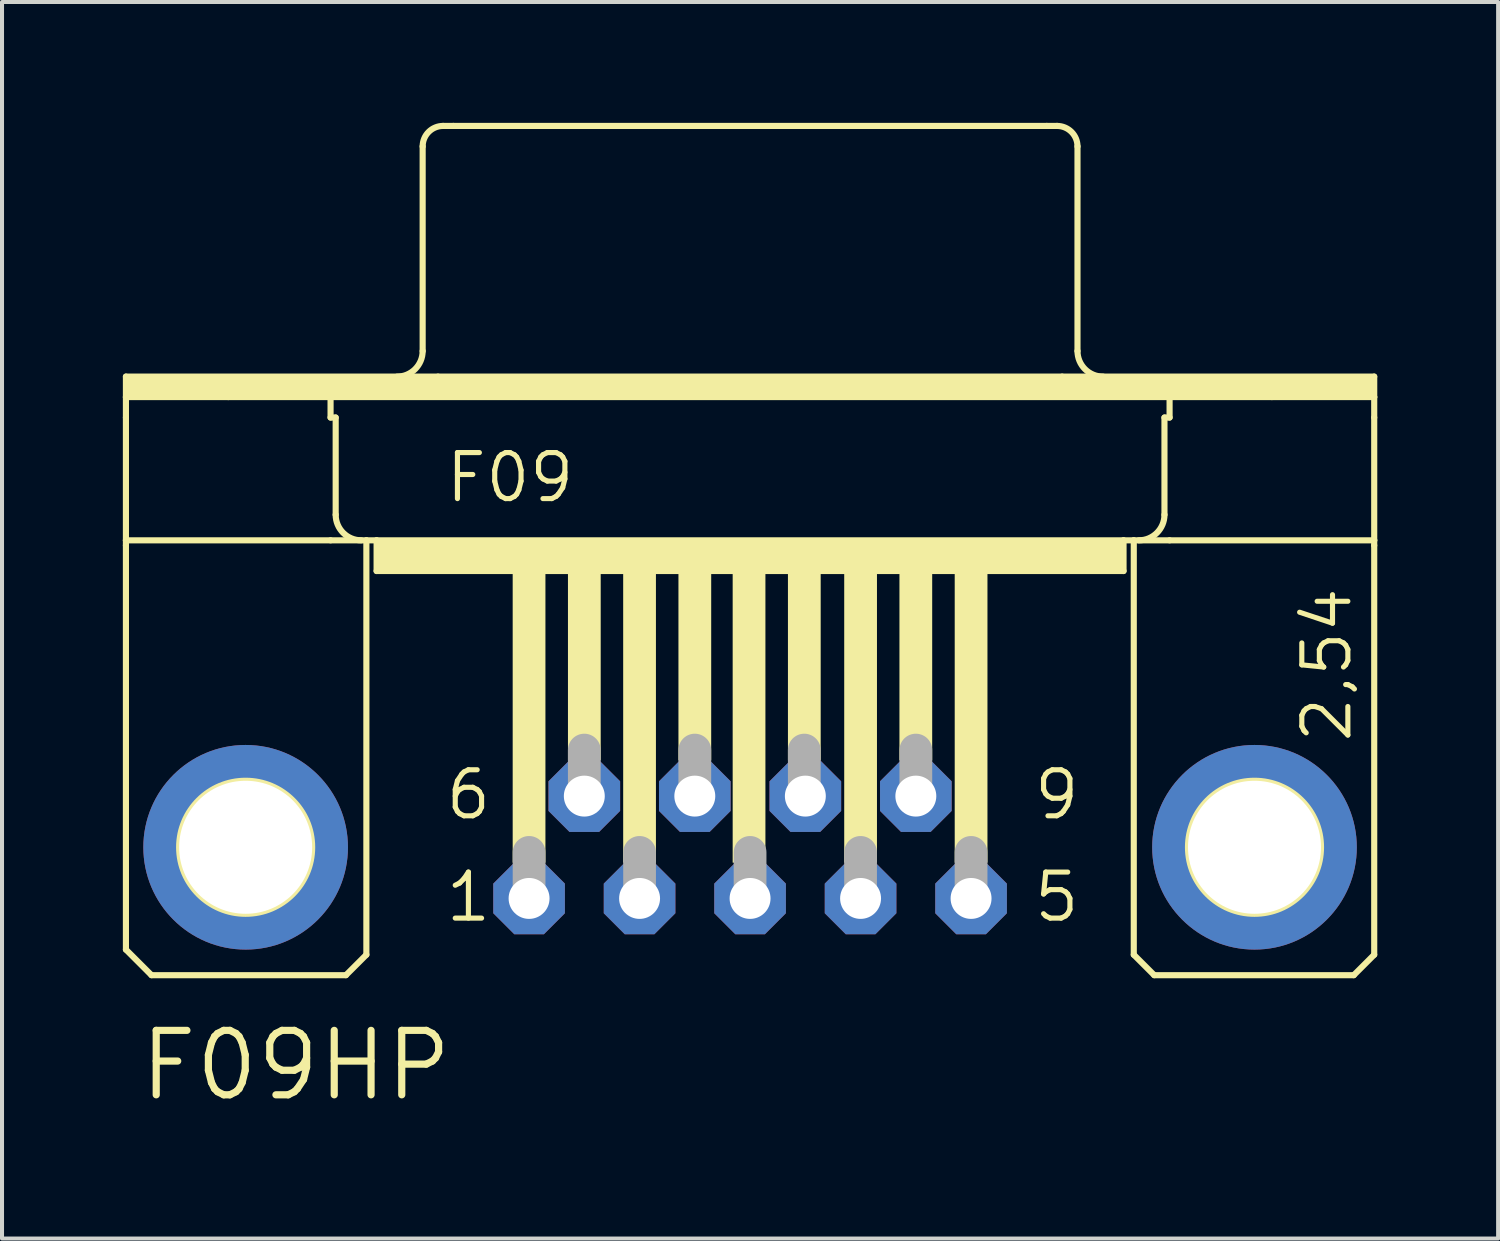
<source format=kicad_pcb>
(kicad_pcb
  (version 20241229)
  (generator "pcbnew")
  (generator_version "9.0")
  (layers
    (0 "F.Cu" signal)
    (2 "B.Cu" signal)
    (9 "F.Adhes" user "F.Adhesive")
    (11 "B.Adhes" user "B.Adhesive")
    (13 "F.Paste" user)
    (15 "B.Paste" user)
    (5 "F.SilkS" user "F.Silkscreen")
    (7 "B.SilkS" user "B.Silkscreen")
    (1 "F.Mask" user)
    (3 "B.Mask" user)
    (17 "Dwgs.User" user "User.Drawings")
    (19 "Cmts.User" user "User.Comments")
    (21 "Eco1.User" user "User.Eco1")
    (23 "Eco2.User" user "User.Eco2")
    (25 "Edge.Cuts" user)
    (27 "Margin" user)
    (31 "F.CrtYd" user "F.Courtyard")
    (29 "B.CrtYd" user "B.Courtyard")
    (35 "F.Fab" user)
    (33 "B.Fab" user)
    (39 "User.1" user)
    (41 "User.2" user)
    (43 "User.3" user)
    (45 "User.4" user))
  (footprint "F09HP"
    (layer "F.Cu")
    (at 15.57 17.983)
    (property "Reference" "F09HP" (at -15.24 6.35 0) (layer "F.SilkS") (effects (font (size 1.6 1.6) (thickness 0.178)) (justify left bottom)))
    (fp_line (start -15.494 -11.684) (end -7.747 -11.684) (stroke (width 0.152) (type solid)) (layer "F.SilkS"))
    (fp_line (start -15.494 -11.176) (end -15.494 -11.684) (stroke (width 0.152) (type solid)) (layer "F.SilkS"))
    (fp_line (start -15.494 -11.176) (end -12.954 -11.176) (stroke (width 0.152) (type solid)) (layer "F.SilkS"))
    (fp_line (start -15.494 -10.668) (end -15.494 -11.176) (stroke (width 0.152) (type solid)) (layer "F.SilkS"))
    (fp_line (start -15.494 -7.62) (end -15.494 -10.668) (stroke (width 0.152) (type solid)) (layer "F.SilkS"))
    (fp_line (start -15.494 -7.62) (end -15.494 -7.493) (stroke (width 0.152) (type solid)) (layer "F.SilkS"))
    (fp_line (start -15.494 -7.62) (end -10.414 -7.62) (stroke (width 0.152) (type solid)) (layer "F.SilkS"))
    (fp_line (start -15.494 2.54) (end -15.494 -7.493) (stroke (width 0.152) (type solid)) (layer "F.SilkS"))
    (fp_line (start -14.859 3.175) (end -15.494 2.54) (stroke (width 0.152) (type solid)) (layer "F.SilkS"))
    (fp_line (start -12.954 -11.176) (end -10.414 -11.176) (stroke (width 0.152) (type solid)) (layer "F.SilkS"))
    (fp_line (start -10.414 -11.176) (end 10.414 -11.176) (stroke (width 0.152) (type solid)) (layer "F.SilkS"))
    (fp_line (start -10.414 -10.668) (end -10.414 -11.176) (stroke (width 0.152) (type solid)) (layer "F.SilkS"))
    (fp_line (start -10.414 -10.668) (end -10.287 -10.668) (stroke (width 0.152) (type solid)) (layer "F.SilkS"))
    (fp_line (start -10.414 -7.62) (end -9.525 -7.62) (stroke (width 0.152) (type solid)) (layer "F.SilkS"))
    (fp_line (start -10.287 -8.255) (end -10.287 -10.668) (stroke (width 0.152) (type solid)) (layer "F.SilkS"))
    (fp_line (start -10.033 3.175) (end -14.859 3.175) (stroke (width 0.152) (type solid)) (layer "F.SilkS"))
    (fp_line (start -10.033 3.175) (end -9.525 2.667) (stroke (width 0.152) (type solid)) (layer "F.SilkS"))
    (fp_line (start -9.525 -7.62) (end -9.271 -7.62) (stroke (width 0.152) (type solid)) (layer "F.SilkS"))
    (fp_line (start -9.525 2.667) (end -9.525 -7.62) (stroke (width 0.152) (type solid)) (layer "F.SilkS"))
    (fp_line (start -9.271 -7.62) (end -9.271 -6.858) (stroke (width 0.152) (type solid)) (layer "F.SilkS"))
    (fp_line (start -9.271 -7.62) (end 9.271 -7.62) (stroke (width 0.152) (type solid)) (layer "F.SilkS"))
    (fp_line (start -9.271 -6.858) (end 9.271 -6.858) (stroke (width 0.152) (type solid)) (layer "F.SilkS"))
    (fp_line (start -8.128 -12.319) (end -8.128 -17.399) (stroke (width 0.152) (type solid)) (layer "F.SilkS"))
    (fp_line (start -7.747 -11.684) (end 7.747 -11.684) (stroke (width 0.152) (type solid)) (layer "F.SilkS"))
    (fp_line (start -7.62 -17.907) (end -7.366 -17.907) (stroke (width 0.152) (type solid)) (layer "F.SilkS"))
    (fp_line (start -7.366 -17.907) (end 7.366 -17.907) (stroke (width 0.152) (type solid)) (layer "F.SilkS"))
    (fp_line (start 7.366 -17.907) (end 7.62 -17.907) (stroke (width 0.152) (type solid)) (layer "F.SilkS"))
    (fp_line (start 7.747 -11.684) (end 15.494 -11.684) (stroke (width 0.152) (type solid)) (layer "F.SilkS"))
    (fp_line (start 8.128 -12.319) (end 8.128 -17.399) (stroke (width 0.152) (type solid)) (layer "F.SilkS"))
    (fp_line (start 9.271 -7.62) (end 9.271 -6.858) (stroke (width 0.152) (type solid)) (layer "F.SilkS"))
    (fp_line (start 9.271 -7.62) (end 9.525 -7.62) (stroke (width 0.152) (type solid)) (layer "F.SilkS"))
    (fp_line (start 9.525 -7.62) (end 10.414 -7.62) (stroke (width 0.152) (type solid)) (layer "F.SilkS"))
    (fp_line (start 9.525 2.667) (end 9.525 -7.62) (stroke (width 0.152) (type solid)) (layer "F.SilkS"))
    (fp_line (start 9.525 2.667) (end 10.033 3.175) (stroke (width 0.152) (type solid)) (layer "F.SilkS"))
    (fp_line (start 10.033 3.175) (end 14.986 3.175) (stroke (width 0.152) (type solid)) (layer "F.SilkS"))
    (fp_line (start 10.287 -10.668) (end 10.414 -10.668) (stroke (width 0.152) (type solid)) (layer "F.SilkS"))
    (fp_line (start 10.287 -8.255) (end 10.287 -10.668) (stroke (width 0.152) (type solid)) (layer "F.SilkS"))
    (fp_line (start 10.414 -11.176) (end 12.954 -11.176) (stroke (width 0.152) (type solid)) (layer "F.SilkS"))
    (fp_line (start 10.414 -10.668) (end 10.414 -11.176) (stroke (width 0.152) (type solid)) (layer "F.SilkS"))
    (fp_line (start 10.414 -7.62) (end 15.494 -7.62) (stroke (width 0.152) (type solid)) (layer "F.SilkS"))
    (fp_line (start 12.954 -11.176) (end 15.494 -11.176) (stroke (width 0.152) (type solid)) (layer "F.SilkS"))
    (fp_line (start 14.986 3.175) (end 15.494 2.667) (stroke (width 0.152) (type solid)) (layer "F.SilkS"))
    (fp_line (start 15.494 -11.684) (end 15.494 -11.176) (stroke (width 0.152) (type solid)) (layer "F.SilkS"))
    (fp_line (start 15.494 -11.176) (end 15.494 -10.668) (stroke (width 0.152) (type solid)) (layer "F.SilkS"))
    (fp_line (start 15.494 -10.668) (end 15.494 -7.62) (stroke (width 0.152) (type solid)) (layer "F.SilkS"))
    (fp_line (start 15.494 -7.62) (end 15.494 -7.493) (stroke (width 0.152) (type solid)) (layer "F.SilkS"))
    (fp_line (start 15.494 2.667) (end 15.494 -7.493) (stroke (width 0.152) (type solid)) (layer "F.SilkS"))
    (fp_arc (start -9.652 -7.62) (mid -10.101013 -7.805987) (end -10.287 -8.255) (stroke (width 0.1524) (type solid)) (layer "F.SilkS"))
    (fp_arc (start -8.128 -17.399) (mid -7.97921 -17.75821) (end -7.62 -17.907) (stroke (width 0.1524) (type solid)) (layer "F.SilkS"))
    (fp_arc (start -8.128 -12.319) (mid -8.313987 -11.869987) (end -8.763 -11.684) (stroke (width 0.1524) (type solid)) (layer "F.SilkS"))
    (fp_arc (start 7.62 -17.907) (mid 7.97921 -17.75821) (end 8.128 -17.399) (stroke (width 0.1524) (type solid)) (layer "F.SilkS"))
    (fp_arc (start 8.763 -11.684) (mid 8.313987 -11.869987) (end 8.128 -12.319) (stroke (width 0.1524) (type solid)) (layer "F.SilkS"))
    (fp_arc (start 10.287 -8.255) (mid 10.101013 -7.805987) (end 9.652 -7.62) (stroke (width 0.1524) (type solid)) (layer "F.SilkS"))
    (fp_circle (center -12.522 0) (end -10.871 0) (stroke (width 0.152) (type solid)) (fill no) (layer "F.SilkS"))
    (fp_circle (center 12.522 0) (end 14.173 0) (stroke (width 0.152) (type solid)) (fill no) (layer "F.SilkS"))
    (fp_poly (pts (xy -15.494 -11.176) (xy 15.494 -11.176) (xy 15.494 -11.684) (xy -15.494 -11.684)) (stroke (width 0) (type solid)) (fill yes) (layer "F.SilkS"))
    (fp_poly (pts (xy -9.271 -6.858) (xy 9.271 -6.858) (xy 9.271 -7.62) (xy -9.271 -7.62)) (stroke (width 0) (type solid)) (fill yes) (layer "F.SilkS"))
    (fp_poly (pts (xy -5.893 0.381) (xy -5.08 0.381) (xy -5.08 -6.858) (xy -5.893 -6.858)) (stroke (width 0) (type solid)) (fill yes) (layer "F.SilkS"))
    (fp_poly (pts (xy -4.521 -2.159) (xy -3.708 -2.159) (xy -3.708 -6.858) (xy -4.521 -6.858)) (stroke (width 0) (type solid)) (fill yes) (layer "F.SilkS"))
    (fp_poly (pts (xy -3.15 0.381) (xy -2.337 0.381) (xy -2.337 -6.858) (xy -3.15 -6.858)) (stroke (width 0) (type solid)) (fill yes) (layer "F.SilkS"))
    (fp_poly (pts (xy -1.778 -2.159) (xy -0.965 -2.159) (xy -0.965 -6.858) (xy -1.778 -6.858)) (stroke (width 0) (type solid)) (fill yes) (layer "F.SilkS"))
    (fp_poly (pts (xy -0.432 0.381) (xy 0.381 0.381) (xy 0.381 -6.858) (xy -0.432 -6.858)) (stroke (width 0) (type solid)) (fill yes) (layer "F.SilkS"))
    (fp_poly (pts (xy 0.94 -2.159) (xy 1.753 -2.159) (xy 1.753 -6.858) (xy 0.94 -6.858)) (stroke (width 0) (type solid)) (fill yes) (layer "F.SilkS"))
    (fp_poly (pts (xy 2.337 0.381) (xy 3.15 0.381) (xy 3.15 -6.858) (xy 2.337 -6.858)) (stroke (width 0) (type solid)) (fill yes) (layer "F.SilkS"))
    (fp_poly (pts (xy 3.708 -2.159) (xy 4.521 -2.159) (xy 4.521 -6.858) (xy 3.708 -6.858)) (stroke (width 0) (type solid)) (fill yes) (layer "F.SilkS"))
    (fp_poly (pts (xy 5.08 0.381) (xy 5.893 0.381) (xy 5.893 -6.858) (xy 5.08 -6.858)) (stroke (width 0) (type solid)) (fill yes) (layer "F.SilkS"))
    (fp_line (start -5.486 1.143) (end -5.486 0.127) (stroke (width 0.813) (type solid)) (layer "F.Fab"))
    (fp_line (start -4.115 -1.397) (end -4.115 -2.413) (stroke (width 0.813) (type solid)) (layer "F.Fab"))
    (fp_line (start -2.743 1.143) (end -2.743 0.127) (stroke (width 0.813) (type solid)) (layer "F.Fab"))
    (fp_line (start -1.372 -1.397) (end -1.372 -2.413) (stroke (width 0.813) (type solid)) (layer "F.Fab"))
    (fp_line (start 0 1.143) (end 0 0.127) (stroke (width 0.813) (type solid)) (layer "F.Fab"))
    (fp_line (start 1.346 -1.397) (end 1.346 -2.413) (stroke (width 0.813) (type solid)) (layer "F.Fab"))
    (fp_line (start 2.743 1.143) (end 2.743 0.127) (stroke (width 0.813) (type solid)) (layer "F.Fab"))
    (fp_line (start 4.115 -1.397) (end 4.115 -2.413) (stroke (width 0.813) (type solid)) (layer "F.Fab"))
    (fp_line (start 5.486 1.143) (end 5.486 0.127) (stroke (width 0.813) (type solid)) (layer "F.Fab"))
    (fp_text user "9" (at 6.985 -0.635 0) (layer "F.SilkS") (effects (font (size 1.143 1.143) (thickness 0.127)) (justify left bottom)))
    (fp_text user "2,54" (at 14.986 -2.54 90) (layer "F.SilkS") (effects (font (size 1.143 1.143) (thickness 0.127)) (justify left bottom)))
    (fp_text user "5" (at 6.985 1.905 0) (layer "F.SilkS") (effects (font (size 1.143 1.143) (thickness 0.127)) (justify left bottom)))
    (fp_text user "F09" (at -7.62 -8.509 0) (layer "F.SilkS") (effects (font (size 1.143 1.143) (thickness 0.127)) (justify left bottom)))
    (fp_text user "1" (at -7.62 1.905 0) (layer "F.SilkS") (effects (font (size 1.143 1.143) (thickness 0.127)) (justify left bottom)))
    (fp_text user "6" (at -7.62 -0.635 0) (layer "F.SilkS") (effects (font (size 1.143 1.143) (thickness 0.127)) (justify left bottom)))
    (pad "1" thru_hole roundrect (at -5.486 1.27) (size 1.778 1.778) (drill 1.016) (layers "*.Cu" "*.Mask") (roundrect_rratio 0.25) (chamfer_ratio 0.293) (chamfer top_left top_right bottom_left bottom_right))
    (pad "2" thru_hole roundrect (at -2.743 1.27) (size 1.778 1.778) (drill 1.016) (layers "*.Cu" "*.Mask") (roundrect_rratio 0.25) (chamfer_ratio 0.293) (chamfer top_left top_right bottom_left bottom_right))
    (pad "3" thru_hole roundrect (at 0 1.27) (size 1.778 1.778) (drill 1.016) (layers "*.Cu" "*.Mask") (roundrect_rratio 0.25) (chamfer_ratio 0.293) (chamfer top_left top_right bottom_left bottom_right))
    (pad "4" thru_hole roundrect (at 2.743 1.27) (size 1.778 1.778) (drill 1.016) (layers "*.Cu" "*.Mask") (roundrect_rratio 0.25) (chamfer_ratio 0.293) (chamfer top_left top_right bottom_left bottom_right))
    (pad "5" thru_hole roundrect (at 5.486 1.27) (size 1.778 1.778) (drill 1.016) (layers "*.Cu" "*.Mask") (roundrect_rratio 0.25) (chamfer_ratio 0.293) (chamfer top_left top_right bottom_left bottom_right))
    (pad "6" thru_hole roundrect (at -4.115 -1.27) (size 1.778 1.778) (drill 1.016) (layers "*.Cu" "*.Mask") (roundrect_rratio 0.25) (chamfer_ratio 0.293) (chamfer top_left top_right bottom_left bottom_right))
    (pad "7" thru_hole roundrect (at -1.372 -1.27) (size 1.778 1.778) (drill 1.016) (layers "*.Cu" "*.Mask") (roundrect_rratio 0.25) (chamfer_ratio 0.293) (chamfer top_left top_right bottom_left bottom_right))
    (pad "8" thru_hole roundrect (at 1.372 -1.27) (size 1.778 1.778) (drill 1.016) (layers "*.Cu" "*.Mask") (roundrect_rratio 0.25) (chamfer_ratio 0.293) (chamfer top_left top_right bottom_left bottom_right))
    (pad "9" thru_hole roundrect (at 4.115 -1.27) (size 1.778 1.778) (drill 1.016) (layers "*.Cu" "*.Mask") (roundrect_rratio 0.25) (chamfer_ratio 0.293) (chamfer top_left top_right bottom_left bottom_right))
    (pad "G1" thru_hole circle (at -12.522 0) (size 5.08 5.08) (drill 3.302) (layers "*.Cu" "*.Mask"))
    (pad "G2" thru_hole circle (at 12.522 0) (size 5.08 5.08) (drill 3.302) (layers "*.Cu" "*.Mask")))
  (gr_rect
    (start -3 -3)
    (end 34.14 27.696)
    (stroke (width 0.1) (type default))
    (fill no)
    (layer "Edge.Cuts")))
</source>
